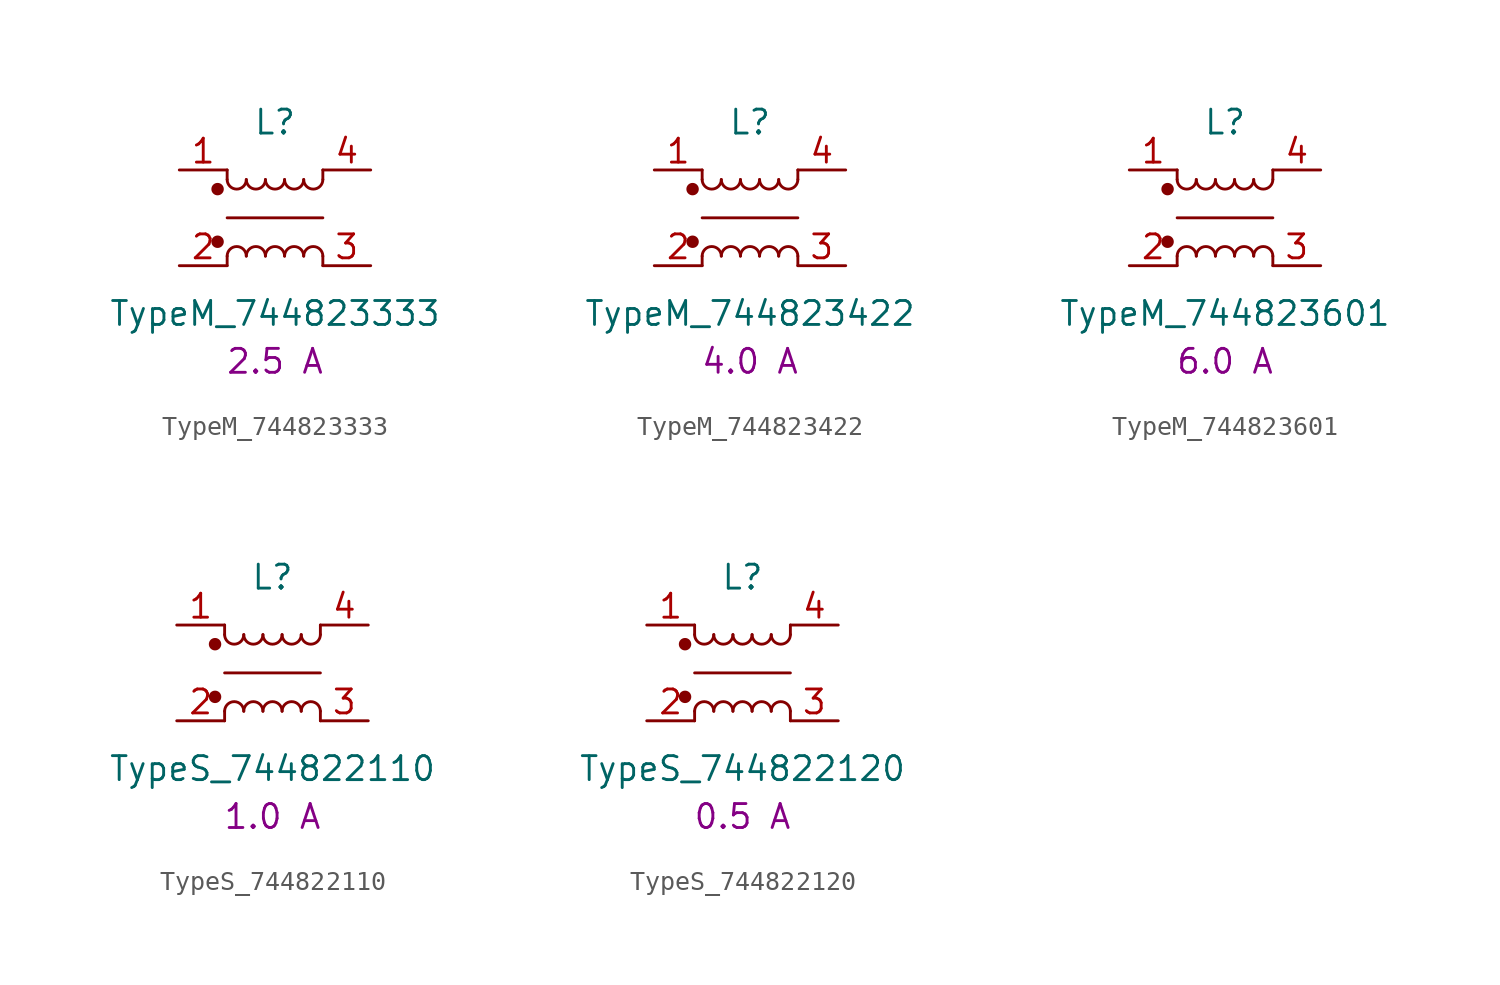
<source format=kicad_sym>
(kicad_symbol_lib
  (version 20220914)
  (generator kicad_symbol_editor)
  (symbol "TypeM_744823333"
    (pin_names hide)
    (property "Reference" "L"
      (at 0 5.08 0)
      (effects (font (size 1.27 1.27))))
    (property "Value" "TypeM_744823333"
      (at 0 -5.08 0)
      (effects (font (size 1.27 1.27))))
    (property "Critical Parameter" "2.5 A"
      (at 0 -7.62 0)
      (effects (font (size 1.27 1.27))))
    (symbol "TypeM_744823333_0_1"
      (circle (center -3.048 -1.27) (radius 0.254) (stroke (width 0) (type default)) (fill (type outline)))
      (circle (center -3.048 1.524) (radius 0.254) (stroke (width 0) (type default)) (fill (type outline)))
      (arc (start -2.54 2.032) (mid -2.032 1.5262) (end -1.524 2.032) (stroke (width 0) (type default)) (fill (type none)))
      (arc (start -1.524 -2.032) (mid -2.032 -1.5262) (end -2.54 -2.032) (stroke (width 0) (type default)) (fill (type none)))
      (arc (start -1.524 2.032) (mid -1.016 1.5262) (end -0.508 2.032) (stroke (width 0) (type default)) (fill (type none)))
      (arc (start -0.508 -2.032) (mid -1.016 -1.5262) (end -1.524 -2.032) (stroke (width 0) (type default)) (fill (type none)))
      (arc (start -0.508 2.032) (mid 0 1.5262) (end 0.508 2.032) (stroke (width 0) (type default)) (fill (type none)))
      (polyline (pts (xy -2.54 -2.032) (xy -2.54 -2.54)) (stroke (width 0) (type default)) (fill (type none)))
      (polyline (pts (xy -2.54 2.032) (xy -2.54 2.54)) (stroke (width 0) (type default)) (fill (type none)))
      (polyline (pts (xy 2.54 -2.032) (xy 2.54 -2.54)) (stroke (width 0) (type default)) (fill (type none)))
      (polyline (pts (xy 2.54 0) (xy -2.54 0)) (stroke (width 0) (type default)) (fill (type none)))
      (polyline (pts (xy 2.54 2.54) (xy 2.54 2.032)) (stroke (width 0) (type default)) (fill (type none)))
      (arc (start 0.508 -2.032) (mid 0 -1.5262) (end -0.508 -2.032) (stroke (width 0) (type default)) (fill (type none)))
      (arc (start 0.508 2.032) (mid 1.016 1.5262) (end 1.524 2.032) (stroke (width 0) (type default)) (fill (type none)))
      (arc (start 1.524 -2.032) (mid 1.016 -1.5262) (end 0.508 -2.032) (stroke (width 0) (type default)) (fill (type none)))
      (arc (start 1.524 2.032) (mid 2.032 1.5262) (end 2.54 2.032) (stroke (width 0) (type default)) (fill (type none)))
      (arc (start 2.54 -2.032) (mid 2.032 -1.5262) (end 1.524 -2.032) (stroke (width 0) (type default)) (fill (type none))))
    (symbol "TypeM_744823333_1_1"
      (pin passive line (at -5.08 2.54 0) (length 2.54) (name "1" (effects (font (size 1.27 1.27)))) (number "1" (effects (font (size 1.27 1.27)))))
      (pin passive line (at -5.08 -2.54 0) (length 2.54) (name "2" (effects (font (size 1.27 1.27)))) (number "2" (effects (font (size 1.27 1.27)))))
      (pin passive line (at 5.08 -2.54 180) (length 2.54) (name "3" (effects (font (size 1.27 1.27)))) (number "3" (effects (font (size 1.27 1.27)))))
      (pin passive line (at 5.08 2.54 180) (length 2.54) (name "4" (effects (font (size 1.27 1.27)))) (number "4" (effects (font (size 1.27 1.27)))))))
  (symbol "TypeM_744823422"
    (pin_names hide)
    (property "Reference" "L"
      (at 0 5.08 0)
      (effects (font (size 1.27 1.27))))
    (property "Value" "TypeM_744823422"
      (at 0 -5.08 0)
      (effects (font (size 1.27 1.27))))
    (property "Critical Parameter" "4.0 A"
      (at 0 -7.62 0)
      (effects (font (size 1.27 1.27))))
    (symbol "TypeM_744823422_0_1"
      (circle (center -3.048 -1.27) (radius 0.254) (stroke (width 0) (type default)) (fill (type outline)))
      (circle (center -3.048 1.524) (radius 0.254) (stroke (width 0) (type default)) (fill (type outline)))
      (arc (start -2.54 2.032) (mid -2.032 1.5262) (end -1.524 2.032) (stroke (width 0) (type default)) (fill (type none)))
      (arc (start -1.524 -2.032) (mid -2.032 -1.5262) (end -2.54 -2.032) (stroke (width 0) (type default)) (fill (type none)))
      (arc (start -1.524 2.032) (mid -1.016 1.5262) (end -0.508 2.032) (stroke (width 0) (type default)) (fill (type none)))
      (arc (start -0.508 -2.032) (mid -1.016 -1.5262) (end -1.524 -2.032) (stroke (width 0) (type default)) (fill (type none)))
      (arc (start -0.508 2.032) (mid 0 1.5262) (end 0.508 2.032) (stroke (width 0) (type default)) (fill (type none)))
      (polyline (pts (xy -2.54 -2.032) (xy -2.54 -2.54)) (stroke (width 0) (type default)) (fill (type none)))
      (polyline (pts (xy -2.54 2.032) (xy -2.54 2.54)) (stroke (width 0) (type default)) (fill (type none)))
      (polyline (pts (xy 2.54 -2.032) (xy 2.54 -2.54)) (stroke (width 0) (type default)) (fill (type none)))
      (polyline (pts (xy 2.54 0) (xy -2.54 0)) (stroke (width 0) (type default)) (fill (type none)))
      (polyline (pts (xy 2.54 2.54) (xy 2.54 2.032)) (stroke (width 0) (type default)) (fill (type none)))
      (arc (start 0.508 -2.032) (mid 0 -1.5262) (end -0.508 -2.032) (stroke (width 0) (type default)) (fill (type none)))
      (arc (start 0.508 2.032) (mid 1.016 1.5262) (end 1.524 2.032) (stroke (width 0) (type default)) (fill (type none)))
      (arc (start 1.524 -2.032) (mid 1.016 -1.5262) (end 0.508 -2.032) (stroke (width 0) (type default)) (fill (type none)))
      (arc (start 1.524 2.032) (mid 2.032 1.5262) (end 2.54 2.032) (stroke (width 0) (type default)) (fill (type none)))
      (arc (start 2.54 -2.032) (mid 2.032 -1.5262) (end 1.524 -2.032) (stroke (width 0) (type default)) (fill (type none))))
    (symbol "TypeM_744823422_1_1"
      (pin passive line (at -5.08 2.54 0) (length 2.54) (name "1" (effects (font (size 1.27 1.27)))) (number "1" (effects (font (size 1.27 1.27)))))
      (pin passive line (at -5.08 -2.54 0) (length 2.54) (name "2" (effects (font (size 1.27 1.27)))) (number "2" (effects (font (size 1.27 1.27)))))
      (pin passive line (at 5.08 -2.54 180) (length 2.54) (name "3" (effects (font (size 1.27 1.27)))) (number "3" (effects (font (size 1.27 1.27)))))
      (pin passive line (at 5.08 2.54 180) (length 2.54) (name "4" (effects (font (size 1.27 1.27)))) (number "4" (effects (font (size 1.27 1.27)))))))
  (symbol "TypeM_744823601"
    (pin_names hide)
    (property "Reference" "L"
      (at 0 5.08 0)
      (effects (font (size 1.27 1.27))))
    (property "Value" "TypeM_744823601"
      (at 0 -5.08 0)
      (effects (font (size 1.27 1.27))))
    (property "Critical Parameter" "6.0 A"
      (at 0 -7.62 0)
      (effects (font (size 1.27 1.27))))
    (symbol "TypeM_744823601_0_1"
      (circle (center -3.048 -1.27) (radius 0.254) (stroke (width 0) (type default)) (fill (type outline)))
      (circle (center -3.048 1.524) (radius 0.254) (stroke (width 0) (type default)) (fill (type outline)))
      (arc (start -2.54 2.032) (mid -2.032 1.5262) (end -1.524 2.032) (stroke (width 0) (type default)) (fill (type none)))
      (arc (start -1.524 -2.032) (mid -2.032 -1.5262) (end -2.54 -2.032) (stroke (width 0) (type default)) (fill (type none)))
      (arc (start -1.524 2.032) (mid -1.016 1.5262) (end -0.508 2.032) (stroke (width 0) (type default)) (fill (type none)))
      (arc (start -0.508 -2.032) (mid -1.016 -1.5262) (end -1.524 -2.032) (stroke (width 0) (type default)) (fill (type none)))
      (arc (start -0.508 2.032) (mid 0 1.5262) (end 0.508 2.032) (stroke (width 0) (type default)) (fill (type none)))
      (polyline (pts (xy -2.54 -2.032) (xy -2.54 -2.54)) (stroke (width 0) (type default)) (fill (type none)))
      (polyline (pts (xy -2.54 2.032) (xy -2.54 2.54)) (stroke (width 0) (type default)) (fill (type none)))
      (polyline (pts (xy 2.54 -2.032) (xy 2.54 -2.54)) (stroke (width 0) (type default)) (fill (type none)))
      (polyline (pts (xy 2.54 0) (xy -2.54 0)) (stroke (width 0) (type default)) (fill (type none)))
      (polyline (pts (xy 2.54 2.54) (xy 2.54 2.032)) (stroke (width 0) (type default)) (fill (type none)))
      (arc (start 0.508 -2.032) (mid 0 -1.5262) (end -0.508 -2.032) (stroke (width 0) (type default)) (fill (type none)))
      (arc (start 0.508 2.032) (mid 1.016 1.5262) (end 1.524 2.032) (stroke (width 0) (type default)) (fill (type none)))
      (arc (start 1.524 -2.032) (mid 1.016 -1.5262) (end 0.508 -2.032) (stroke (width 0) (type default)) (fill (type none)))
      (arc (start 1.524 2.032) (mid 2.032 1.5262) (end 2.54 2.032) (stroke (width 0) (type default)) (fill (type none)))
      (arc (start 2.54 -2.032) (mid 2.032 -1.5262) (end 1.524 -2.032) (stroke (width 0) (type default)) (fill (type none))))
    (symbol "TypeM_744823601_1_1"
      (pin passive line (at -5.08 2.54 0) (length 2.54) (name "1" (effects (font (size 1.27 1.27)))) (number "1" (effects (font (size 1.27 1.27)))))
      (pin passive line (at -5.08 -2.54 0) (length 2.54) (name "2" (effects (font (size 1.27 1.27)))) (number "2" (effects (font (size 1.27 1.27)))))
      (pin passive line (at 5.08 -2.54 180) (length 2.54) (name "3" (effects (font (size 1.27 1.27)))) (number "3" (effects (font (size 1.27 1.27)))))
      (pin passive line (at 5.08 2.54 180) (length 2.54) (name "4" (effects (font (size 1.27 1.27)))) (number "4" (effects (font (size 1.27 1.27)))))))
  (symbol "TypeS_744822110"
    (pin_names hide)
    (property "Reference" "L"
      (at 0 5.08 0)
      (effects (font (size 1.27 1.27))))
    (property "Value" "TypeS_744822110"
      (at 0 -5.08 0)
      (effects (font (size 1.27 1.27))))
    (property "Critical Parameter" "1.0 A"
      (at 0 -7.62 0)
      (effects (font (size 1.27 1.27))))
    (symbol "TypeS_744822110_0_1"
      (circle (center -3.048 -1.27) (radius 0.254) (stroke (width 0) (type default)) (fill (type outline)))
      (circle (center -3.048 1.524) (radius 0.254) (stroke (width 0) (type default)) (fill (type outline)))
      (arc (start -2.54 2.032) (mid -2.032 1.5262) (end -1.524 2.032) (stroke (width 0) (type default)) (fill (type none)))
      (arc (start -1.524 -2.032) (mid -2.032 -1.5262) (end -2.54 -2.032) (stroke (width 0) (type default)) (fill (type none)))
      (arc (start -1.524 2.032) (mid -1.016 1.5262) (end -0.508 2.032) (stroke (width 0) (type default)) (fill (type none)))
      (arc (start -0.508 -2.032) (mid -1.016 -1.5262) (end -1.524 -2.032) (stroke (width 0) (type default)) (fill (type none)))
      (arc (start -0.508 2.032) (mid 0 1.5262) (end 0.508 2.032) (stroke (width 0) (type default)) (fill (type none)))
      (polyline (pts (xy -2.54 -2.032) (xy -2.54 -2.54)) (stroke (width 0) (type default)) (fill (type none)))
      (polyline (pts (xy -2.54 2.032) (xy -2.54 2.54)) (stroke (width 0) (type default)) (fill (type none)))
      (polyline (pts (xy 2.54 -2.032) (xy 2.54 -2.54)) (stroke (width 0) (type default)) (fill (type none)))
      (polyline (pts (xy 2.54 0) (xy -2.54 0)) (stroke (width 0) (type default)) (fill (type none)))
      (polyline (pts (xy 2.54 2.54) (xy 2.54 2.032)) (stroke (width 0) (type default)) (fill (type none)))
      (arc (start 0.508 -2.032) (mid 0 -1.5262) (end -0.508 -2.032) (stroke (width 0) (type default)) (fill (type none)))
      (arc (start 0.508 2.032) (mid 1.016 1.5262) (end 1.524 2.032) (stroke (width 0) (type default)) (fill (type none)))
      (arc (start 1.524 -2.032) (mid 1.016 -1.5262) (end 0.508 -2.032) (stroke (width 0) (type default)) (fill (type none)))
      (arc (start 1.524 2.032) (mid 2.032 1.5262) (end 2.54 2.032) (stroke (width 0) (type default)) (fill (type none)))
      (arc (start 2.54 -2.032) (mid 2.032 -1.5262) (end 1.524 -2.032) (stroke (width 0) (type default)) (fill (type none))))
    (symbol "TypeS_744822110_1_1"
      (pin passive line (at -5.08 2.54 0) (length 2.54) (name "1" (effects (font (size 1.27 1.27)))) (number "1" (effects (font (size 1.27 1.27)))))
      (pin passive line (at -5.08 -2.54 0) (length 2.54) (name "2" (effects (font (size 1.27 1.27)))) (number "2" (effects (font (size 1.27 1.27)))))
      (pin passive line (at 5.08 -2.54 180) (length 2.54) (name "3" (effects (font (size 1.27 1.27)))) (number "3" (effects (font (size 1.27 1.27)))))
      (pin passive line (at 5.08 2.54 180) (length 2.54) (name "4" (effects (font (size 1.27 1.27)))) (number "4" (effects (font (size 1.27 1.27)))))))
  (symbol "TypeS_744822120"
    (pin_names hide)
    (property "Reference" "L"
      (at 0 5.08 0)
      (effects (font (size 1.27 1.27))))
    (property "Value" "TypeS_744822120"
      (at 0 -5.08 0)
      (effects (font (size 1.27 1.27))))
    (property "Critical Parameter" "0.5 A"
      (at 0 -7.62 0)
      (effects (font (size 1.27 1.27))))
    (symbol "TypeS_744822120_0_1"
      (circle (center -3.048 -1.27) (radius 0.254) (stroke (width 0) (type default)) (fill (type outline)))
      (circle (center -3.048 1.524) (radius 0.254) (stroke (width 0) (type default)) (fill (type outline)))
      (arc (start -2.54 2.032) (mid -2.032 1.5262) (end -1.524 2.032) (stroke (width 0) (type default)) (fill (type none)))
      (arc (start -1.524 -2.032) (mid -2.032 -1.5262) (end -2.54 -2.032) (stroke (width 0) (type default)) (fill (type none)))
      (arc (start -1.524 2.032) (mid -1.016 1.5262) (end -0.508 2.032) (stroke (width 0) (type default)) (fill (type none)))
      (arc (start -0.508 -2.032) (mid -1.016 -1.5262) (end -1.524 -2.032) (stroke (width 0) (type default)) (fill (type none)))
      (arc (start -0.508 2.032) (mid 0 1.5262) (end 0.508 2.032) (stroke (width 0) (type default)) (fill (type none)))
      (polyline (pts (xy -2.54 -2.032) (xy -2.54 -2.54)) (stroke (width 0) (type default)) (fill (type none)))
      (polyline (pts (xy -2.54 2.032) (xy -2.54 2.54)) (stroke (width 0) (type default)) (fill (type none)))
      (polyline (pts (xy 2.54 -2.032) (xy 2.54 -2.54)) (stroke (width 0) (type default)) (fill (type none)))
      (polyline (pts (xy 2.54 0) (xy -2.54 0)) (stroke (width 0) (type default)) (fill (type none)))
      (polyline (pts (xy 2.54 2.54) (xy 2.54 2.032)) (stroke (width 0) (type default)) (fill (type none)))
      (arc (start 0.508 -2.032) (mid 0 -1.5262) (end -0.508 -2.032) (stroke (width 0) (type default)) (fill (type none)))
      (arc (start 0.508 2.032) (mid 1.016 1.5262) (end 1.524 2.032) (stroke (width 0) (type default)) (fill (type none)))
      (arc (start 1.524 -2.032) (mid 1.016 -1.5262) (end 0.508 -2.032) (stroke (width 0) (type default)) (fill (type none)))
      (arc (start 1.524 2.032) (mid 2.032 1.5262) (end 2.54 2.032) (stroke (width 0) (type default)) (fill (type none)))
      (arc (start 2.54 -2.032) (mid 2.032 -1.5262) (end 1.524 -2.032) (stroke (width 0) (type default)) (fill (type none))))
    (symbol "TypeS_744822120_1_1"
      (pin passive line (at -5.08 2.54 0) (length 2.54) (name "1" (effects (font (size 1.27 1.27)))) (number "1" (effects (font (size 1.27 1.27)))))
      (pin passive line (at -5.08 -2.54 0) (length 2.54) (name "2" (effects (font (size 1.27 1.27)))) (number "2" (effects (font (size 1.27 1.27)))))
      (pin passive line (at 5.08 -2.54 180) (length 2.54) (name "3" (effects (font (size 1.27 1.27)))) (number "3" (effects (font (size 1.27 1.27)))))
      (pin passive line (at 5.08 2.54 180) (length 2.54) (name "4" (effects (font (size 1.27 1.27)))) (number "4" (effects (font (size 1.27 1.27))))))))
</source>
